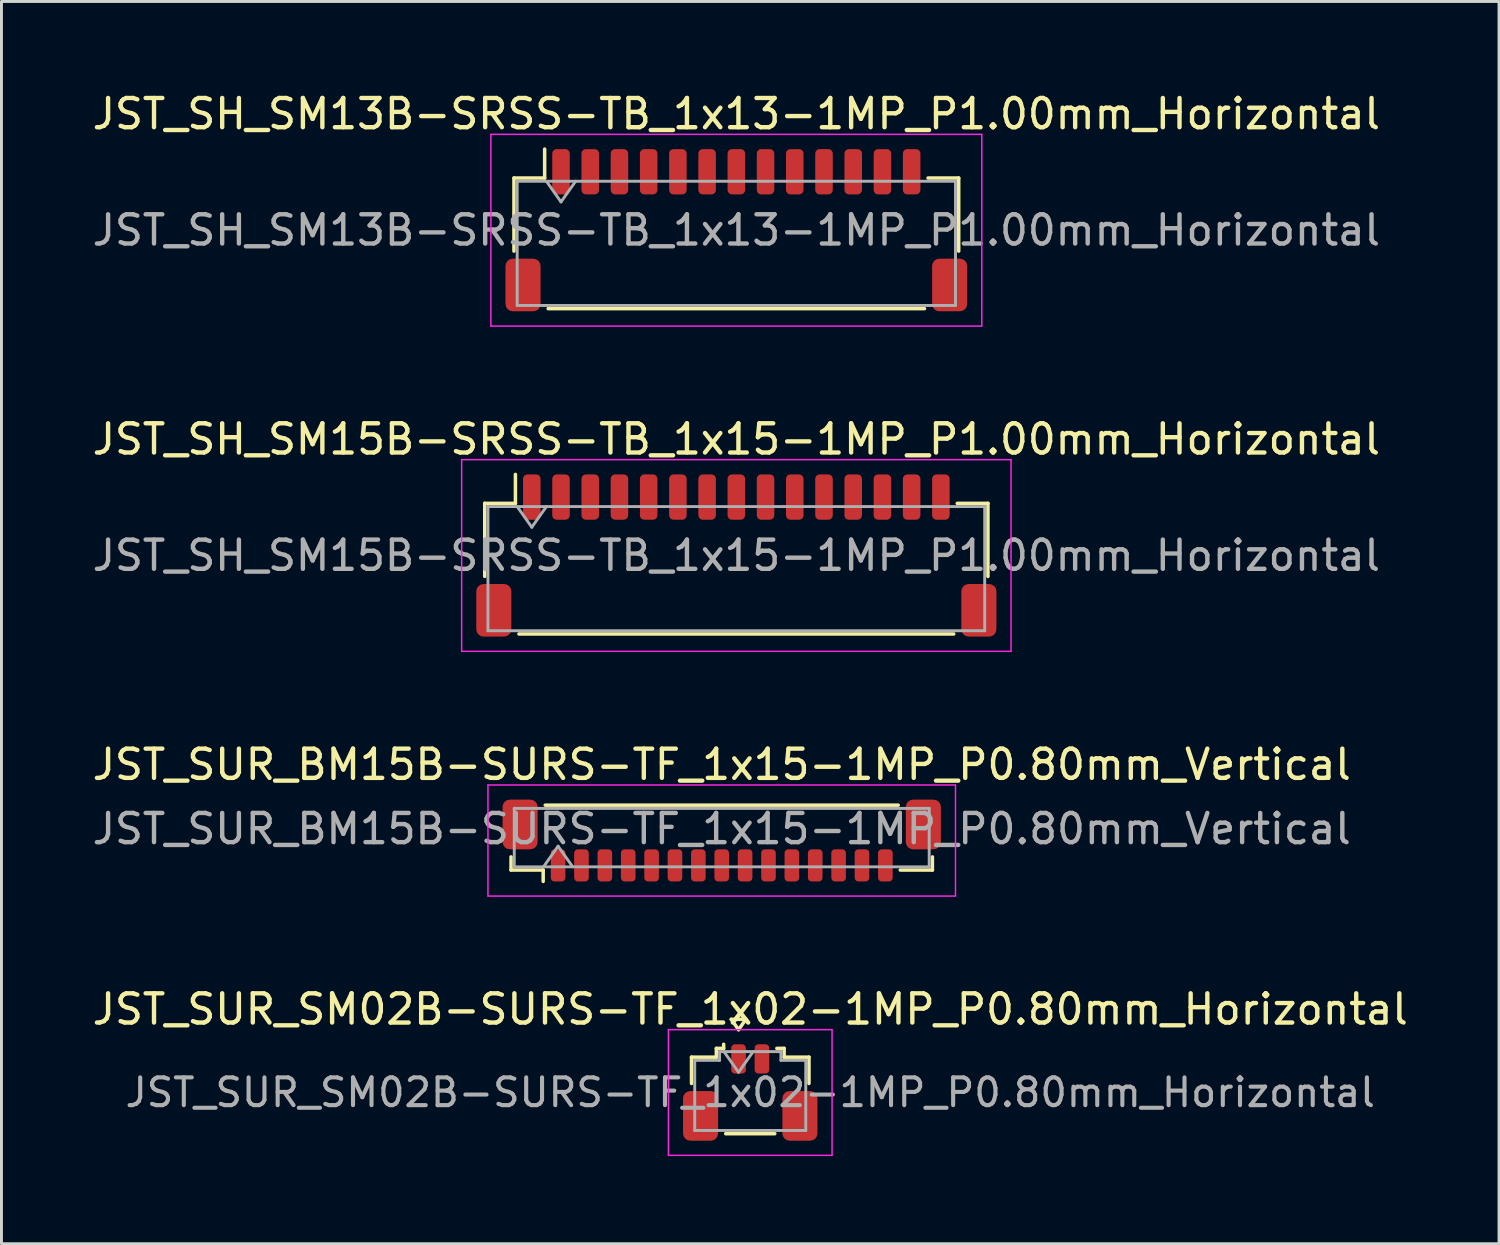
<source format=kicad_pcb>
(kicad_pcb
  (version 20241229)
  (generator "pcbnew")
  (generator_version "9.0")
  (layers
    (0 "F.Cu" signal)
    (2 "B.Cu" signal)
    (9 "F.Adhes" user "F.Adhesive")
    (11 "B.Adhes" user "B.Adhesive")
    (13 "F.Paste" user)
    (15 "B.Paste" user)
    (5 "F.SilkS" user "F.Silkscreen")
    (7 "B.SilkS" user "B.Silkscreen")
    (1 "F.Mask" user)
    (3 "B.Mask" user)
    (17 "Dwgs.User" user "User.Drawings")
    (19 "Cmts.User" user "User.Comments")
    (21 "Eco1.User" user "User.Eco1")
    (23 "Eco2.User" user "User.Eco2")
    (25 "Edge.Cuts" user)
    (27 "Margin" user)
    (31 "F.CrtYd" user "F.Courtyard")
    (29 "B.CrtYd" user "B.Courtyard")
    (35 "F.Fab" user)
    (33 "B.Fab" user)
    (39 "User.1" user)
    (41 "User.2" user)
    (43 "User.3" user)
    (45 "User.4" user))
  (footprint "JST_SH_SM13B-SRSS-TB_1x13-1MP_P1.00mm_Horizontal"
    (layer "F.Cu")
    (at 22.149 4.828)
    (property "Reference" "JST_SH_SM13B-SRSS-TB_1x13-1MP_P1.00mm_Horizontal" (at 0 -3.98 0) (layer "F.SilkS") (effects (font (size 1 1) (thickness 0.15))))
    (attr smd)
    (fp_line (start -7.61 -1.785) (end -6.56 -1.785) (stroke (width 0.12) (type solid)) (layer "F.SilkS"))
    (fp_line (start -7.61 0.715) (end -7.61 -1.785) (stroke (width 0.12) (type solid)) (layer "F.SilkS"))
    (fp_line (start -6.56 -1.785) (end -6.56 -2.775) (stroke (width 0.12) (type solid)) (layer "F.SilkS"))
    (fp_line (start -6.44 2.685) (end 6.44 2.685) (stroke (width 0.12) (type solid)) (layer "F.SilkS"))
    (fp_line (start 7.61 -1.785) (end 6.56 -1.785) (stroke (width 0.12) (type solid)) (layer "F.SilkS"))
    (fp_line (start 7.61 0.715) (end 7.61 -1.785) (stroke (width 0.12) (type solid)) (layer "F.SilkS"))
    (fp_line (start -8.4 -3.28) (end -8.4 3.28) (stroke (width 0.05) (type solid)) (layer "F.CrtYd"))
    (fp_line (start -8.4 3.28) (end 8.4 3.28) (stroke (width 0.05) (type solid)) (layer "F.CrtYd"))
    (fp_line (start 8.4 -3.28) (end -8.4 -3.28) (stroke (width 0.05) (type solid)) (layer "F.CrtYd"))
    (fp_line (start 8.4 3.28) (end 8.4 -3.28) (stroke (width 0.05) (type solid)) (layer "F.CrtYd"))
    (fp_line (start -7.5 -1.675) (end -7.5 2.575) (stroke (width 0.1) (type solid)) (layer "F.Fab"))
    (fp_line (start -7.5 -1.675) (end 7.5 -1.675) (stroke (width 0.1) (type solid)) (layer "F.Fab"))
    (fp_line (start -7.5 2.575) (end 7.5 2.575) (stroke (width 0.1) (type solid)) (layer "F.Fab"))
    (fp_line (start -6.5 -1.675) (end -6 -0.968) (stroke (width 0.1) (type solid)) (layer "F.Fab"))
    (fp_line (start -6 -0.968) (end -5.5 -1.675) (stroke (width 0.1) (type solid)) (layer "F.Fab"))
    (fp_line (start 7.5 -1.675) (end 7.5 2.575) (stroke (width 0.1) (type solid)) (layer "F.Fab"))
    (fp_text user "${REFERENCE}" (at 0 0 0) (layer "F.Fab") (effects (font (size 1 1) (thickness 0.15))))
    (pad "1" smd roundrect (at -6 -2) (size 0.6 1.55) (layers "F.Cu" "F.Mask" "F.Paste") (roundrect_rratio 0.25))
    (pad "2" smd roundrect (at -5 -2) (size 0.6 1.55) (layers "F.Cu" "F.Mask" "F.Paste") (roundrect_rratio 0.25))
    (pad "3" smd roundrect (at -4 -2) (size 0.6 1.55) (layers "F.Cu" "F.Mask" "F.Paste") (roundrect_rratio 0.25))
    (pad "4" smd roundrect (at -3 -2) (size 0.6 1.55) (layers "F.Cu" "F.Mask" "F.Paste") (roundrect_rratio 0.25))
    (pad "5" smd roundrect (at -2 -2) (size 0.6 1.55) (layers "F.Cu" "F.Mask" "F.Paste") (roundrect_rratio 0.25))
    (pad "6" smd roundrect (at -1 -2) (size 0.6 1.55) (layers "F.Cu" "F.Mask" "F.Paste") (roundrect_rratio 0.25))
    (pad "7" smd roundrect (at 0 -2) (size 0.6 1.55) (layers "F.Cu" "F.Mask" "F.Paste") (roundrect_rratio 0.25))
    (pad "8" smd roundrect (at 1 -2) (size 0.6 1.55) (layers "F.Cu" "F.Mask" "F.Paste") (roundrect_rratio 0.25))
    (pad "9" smd roundrect (at 2 -2) (size 0.6 1.55) (layers "F.Cu" "F.Mask" "F.Paste") (roundrect_rratio 0.25))
    (pad "10" smd roundrect (at 3 -2) (size 0.6 1.55) (layers "F.Cu" "F.Mask" "F.Paste") (roundrect_rratio 0.25))
    (pad "11" smd roundrect (at 4 -2) (size 0.6 1.55) (layers "F.Cu" "F.Mask" "F.Paste") (roundrect_rratio 0.25))
    (pad "12" smd roundrect (at 5 -2) (size 0.6 1.55) (layers "F.Cu" "F.Mask" "F.Paste") (roundrect_rratio 0.25))
    (pad "13" smd roundrect (at 6 -2) (size 0.6 1.55) (layers "F.Cu" "F.Mask" "F.Paste") (roundrect_rratio 0.25))
    (pad "MP" smd roundrect (at -7.3 1.875) (size 1.2 1.8) (layers "F.Cu" "F.Mask" "F.Paste") (roundrect_rratio 0.208))
    (pad "MP" smd roundrect (at 7.3 1.875) (size 1.2 1.8) (layers "F.Cu" "F.Mask" "F.Paste") (roundrect_rratio 0.208)))
  (footprint "JST_SUR_SM02B-SURS-TF_1x02-1MP_P0.80mm_Horizontal"
    (layer "F.Cu")
    (at 22.625 34.338)
    (property "Reference" "JST_SUR_SM02B-SURS-TF_1x02-1MP_P0.80mm_Horizontal" (at 0 -2.85 0) (layer "F.SilkS") (effects (font (size 1 1) (thickness 0.15))))
    (attr smd)
    (fp_line (start -2.01 -1.21) (end -1.16 -1.21) (stroke (width 0.12) (type solid)) (layer "F.SilkS"))
    (fp_line (start -2.01 -0.31) (end -2.01 -1.21) (stroke (width 0.12) (type solid)) (layer "F.SilkS"))
    (fp_line (start -1.16 -1.51) (end -0.91 -1.51) (stroke (width 0.12) (type solid)) (layer "F.SilkS"))
    (fp_line (start -1.16 -1.21) (end -1.16 -1.51) (stroke (width 0.12) (type solid)) (layer "F.SilkS"))
    (fp_line (start -0.91 -1.51) (end -0.91 -1.65) (stroke (width 0.12) (type solid)) (layer "F.SilkS"))
    (fp_line (start -0.84 1.41) (end 0.84 1.41) (stroke (width 0.12) (type solid)) (layer "F.SilkS"))
    (fp_line (start -0.65 -2.504) (end -0.4 -2.15) (stroke (width 0.12) (type solid)) (layer "F.SilkS"))
    (fp_line (start -0.4 -2.15) (end -0.15 -2.504) (stroke (width 0.12) (type solid)) (layer "F.SilkS"))
    (fp_line (start -0.15 -2.504) (end -0.65 -2.504) (stroke (width 0.12) (type solid)) (layer "F.SilkS"))
    (fp_line (start 1.16 -1.51) (end 0.91 -1.51) (stroke (width 0.12) (type solid)) (layer "F.SilkS"))
    (fp_line (start 1.16 -1.21) (end 1.16 -1.51) (stroke (width 0.12) (type solid)) (layer "F.SilkS"))
    (fp_line (start 2.01 -1.21) (end 1.16 -1.21) (stroke (width 0.12) (type solid)) (layer "F.SilkS"))
    (fp_line (start 2.01 -0.31) (end 2.01 -1.21) (stroke (width 0.12) (type solid)) (layer "F.SilkS"))
    (fp_line (start -2.8 -2.15) (end -2.8 2.15) (stroke (width 0.05) (type solid)) (layer "F.CrtYd"))
    (fp_line (start -2.8 2.15) (end 2.8 2.15) (stroke (width 0.05) (type solid)) (layer "F.CrtYd"))
    (fp_line (start 2.8 -2.15) (end -2.8 -2.15) (stroke (width 0.05) (type solid)) (layer "F.CrtYd"))
    (fp_line (start 2.8 2.15) (end 2.8 -2.15) (stroke (width 0.05) (type solid)) (layer "F.CrtYd"))
    (fp_line (start -1.9 -1.1) (end -1.9 1.3) (stroke (width 0.1) (type solid)) (layer "F.Fab"))
    (fp_line (start -1.9 -1.1) (end -1.05 -1.1) (stroke (width 0.1) (type solid)) (layer "F.Fab"))
    (fp_line (start -1.9 1.3) (end 1.9 1.3) (stroke (width 0.1) (type solid)) (layer "F.Fab"))
    (fp_line (start -1.05 -1.4) (end 1.05 -1.4) (stroke (width 0.1) (type solid)) (layer "F.Fab"))
    (fp_line (start -1.05 -1.1) (end -1.05 -1.4) (stroke (width 0.1) (type solid)) (layer "F.Fab"))
    (fp_line (start -0.9 -1.4) (end -0.4 -0.693) (stroke (width 0.1) (type solid)) (layer "F.Fab"))
    (fp_line (start -0.4 -0.693) (end 0.1 -1.4) (stroke (width 0.1) (type solid)) (layer "F.Fab"))
    (fp_line (start 1.05 -1.4) (end 1.05 -1.1) (stroke (width 0.1) (type solid)) (layer "F.Fab"))
    (fp_line (start 1.05 -1.1) (end 1.9 -1.1) (stroke (width 0.1) (type solid)) (layer "F.Fab"))
    (fp_line (start 1.9 -1.1) (end 1.9 1.3) (stroke (width 0.1) (type solid)) (layer "F.Fab"))
    (fp_text user "${REFERENCE}" (at 0 0 0) (layer "F.Fab") (effects (font (size 0.95 0.95) (thickness 0.14))))
    (pad "1" smd roundrect (at -0.4 -1.15) (size 0.5 1) (layers "F.Cu" "F.Mask" "F.Paste") (roundrect_rratio 0.25))
    (pad "2" smd roundrect (at 0.4 -1.15) (size 0.5 1) (layers "F.Cu" "F.Mask" "F.Paste") (roundrect_rratio 0.25))
    (pad "MP" smd roundrect (at -1.7 0.8) (size 1.2 1.7) (layers "F.Cu" "F.Mask" "F.Paste") (roundrect_rratio 0.208))
    (pad "MP" smd roundrect (at 1.7 0.8) (size 1.2 1.7) (layers "F.Cu" "F.Mask" "F.Paste") (roundrect_rratio 0.208)))
  (footprint "JST_SH_SM15B-SRSS-TB_1x15-1MP_P1.00mm_Horizontal"
    (layer "F.Cu")
    (at 22.149 15.961)
    (property "Reference" "JST_SH_SM15B-SRSS-TB_1x15-1MP_P1.00mm_Horizontal" (at 0 -3.98 0) (layer "F.SilkS") (effects (font (size 1 1) (thickness 0.15))))
    (attr smd)
    (fp_line (start -8.61 -1.785) (end -7.56 -1.785) (stroke (width 0.12) (type solid)) (layer "F.SilkS"))
    (fp_line (start -8.61 0.715) (end -8.61 -1.785) (stroke (width 0.12) (type solid)) (layer "F.SilkS"))
    (fp_line (start -7.56 -1.785) (end -7.56 -2.775) (stroke (width 0.12) (type solid)) (layer "F.SilkS"))
    (fp_line (start -7.44 2.685) (end 7.44 2.685) (stroke (width 0.12) (type solid)) (layer "F.SilkS"))
    (fp_line (start 8.61 -1.785) (end 7.56 -1.785) (stroke (width 0.12) (type solid)) (layer "F.SilkS"))
    (fp_line (start 8.61 0.715) (end 8.61 -1.785) (stroke (width 0.12) (type solid)) (layer "F.SilkS"))
    (fp_line (start -9.4 -3.28) (end -9.4 3.28) (stroke (width 0.05) (type solid)) (layer "F.CrtYd"))
    (fp_line (start -9.4 3.28) (end 9.4 3.28) (stroke (width 0.05) (type solid)) (layer "F.CrtYd"))
    (fp_line (start 9.4 -3.28) (end -9.4 -3.28) (stroke (width 0.05) (type solid)) (layer "F.CrtYd"))
    (fp_line (start 9.4 3.28) (end 9.4 -3.28) (stroke (width 0.05) (type solid)) (layer "F.CrtYd"))
    (fp_line (start -8.5 -1.675) (end -8.5 2.575) (stroke (width 0.1) (type solid)) (layer "F.Fab"))
    (fp_line (start -8.5 -1.675) (end 8.5 -1.675) (stroke (width 0.1) (type solid)) (layer "F.Fab"))
    (fp_line (start -8.5 2.575) (end 8.5 2.575) (stroke (width 0.1) (type solid)) (layer "F.Fab"))
    (fp_line (start -7.5 -1.675) (end -7 -0.968) (stroke (width 0.1) (type solid)) (layer "F.Fab"))
    (fp_line (start -7 -0.968) (end -6.5 -1.675) (stroke (width 0.1) (type solid)) (layer "F.Fab"))
    (fp_line (start 8.5 -1.675) (end 8.5 2.575) (stroke (width 0.1) (type solid)) (layer "F.Fab"))
    (fp_text user "${REFERENCE}" (at 0 0 0) (layer "F.Fab") (effects (font (size 1 1) (thickness 0.15))))
    (pad "1" smd roundrect (at -7 -2) (size 0.6 1.55) (layers "F.Cu" "F.Mask" "F.Paste") (roundrect_rratio 0.25))
    (pad "2" smd roundrect (at -6 -2) (size 0.6 1.55) (layers "F.Cu" "F.Mask" "F.Paste") (roundrect_rratio 0.25))
    (pad "3" smd roundrect (at -5 -2) (size 0.6 1.55) (layers "F.Cu" "F.Mask" "F.Paste") (roundrect_rratio 0.25))
    (pad "4" smd roundrect (at -4 -2) (size 0.6 1.55) (layers "F.Cu" "F.Mask" "F.Paste") (roundrect_rratio 0.25))
    (pad "5" smd roundrect (at -3 -2) (size 0.6 1.55) (layers "F.Cu" "F.Mask" "F.Paste") (roundrect_rratio 0.25))
    (pad "6" smd roundrect (at -2 -2) (size 0.6 1.55) (layers "F.Cu" "F.Mask" "F.Paste") (roundrect_rratio 0.25))
    (pad "7" smd roundrect (at -1 -2) (size 0.6 1.55) (layers "F.Cu" "F.Mask" "F.Paste") (roundrect_rratio 0.25))
    (pad "8" smd roundrect (at 0 -2) (size 0.6 1.55) (layers "F.Cu" "F.Mask" "F.Paste") (roundrect_rratio 0.25))
    (pad "9" smd roundrect (at 1 -2) (size 0.6 1.55) (layers "F.Cu" "F.Mask" "F.Paste") (roundrect_rratio 0.25))
    (pad "10" smd roundrect (at 2 -2) (size 0.6 1.55) (layers "F.Cu" "F.Mask" "F.Paste") (roundrect_rratio 0.25))
    (pad "11" smd roundrect (at 3 -2) (size 0.6 1.55) (layers "F.Cu" "F.Mask" "F.Paste") (roundrect_rratio 0.25))
    (pad "12" smd roundrect (at 4 -2) (size 0.6 1.55) (layers "F.Cu" "F.Mask" "F.Paste") (roundrect_rratio 0.25))
    (pad "13" smd roundrect (at 5 -2) (size 0.6 1.55) (layers "F.Cu" "F.Mask" "F.Paste") (roundrect_rratio 0.25))
    (pad "14" smd roundrect (at 6 -2) (size 0.6 1.55) (layers "F.Cu" "F.Mask" "F.Paste") (roundrect_rratio 0.25))
    (pad "15" smd roundrect (at 7 -2) (size 0.6 1.55) (layers "F.Cu" "F.Mask" "F.Paste") (roundrect_rratio 0.25))
    (pad "MP" smd roundrect (at -8.3 1.875) (size 1.2 1.8) (layers "F.Cu" "F.Mask" "F.Paste") (roundrect_rratio 0.208))
    (pad "MP" smd roundrect (at 8.3 1.875) (size 1.2 1.8) (layers "F.Cu" "F.Mask" "F.Paste") (roundrect_rratio 0.208)))
  (footprint "JST_SUR_BM15B-SURS-TF_1x15-1MP_P0.80mm_Vertical"
    (layer "F.Cu")
    (at 21.649 25.715)
    (property "Reference" "JST_SUR_BM15B-SURS-TF_1x15-1MP_P0.80mm_Vertical" (at 0 -2.6 0) (layer "F.SilkS") (effects (font (size 1 1) (thickness 0.15))))
    (attr smd)
    (fp_line (start -7.21 0.56) (end -7.21 1.01) (stroke (width 0.12) (type solid)) (layer "F.SilkS"))
    (fp_line (start -7.21 1.01) (end -6.11 1.01) (stroke (width 0.12) (type solid)) (layer "F.SilkS"))
    (fp_line (start -6.11 1.01) (end -6.11 1.4) (stroke (width 0.12) (type solid)) (layer "F.SilkS"))
    (fp_line (start -6.04 -1.21) (end 6.04 -1.21) (stroke (width 0.12) (type solid)) (layer "F.SilkS"))
    (fp_line (start 7.21 0.56) (end 7.21 1.01) (stroke (width 0.12) (type solid)) (layer "F.SilkS"))
    (fp_line (start 7.21 1.01) (end 6.11 1.01) (stroke (width 0.12) (type solid)) (layer "F.SilkS"))
    (fp_line (start -8 -1.9) (end -8 1.9) (stroke (width 0.05) (type solid)) (layer "F.CrtYd"))
    (fp_line (start -8 1.9) (end 8 1.9) (stroke (width 0.05) (type solid)) (layer "F.CrtYd"))
    (fp_line (start 8 -1.9) (end -8 -1.9) (stroke (width 0.05) (type solid)) (layer "F.CrtYd"))
    (fp_line (start 8 1.9) (end 8 -1.9) (stroke (width 0.05) (type solid)) (layer "F.CrtYd"))
    (fp_line (start -7.1 -1.1) (end 7.1 -1.1) (stroke (width 0.1) (type solid)) (layer "F.Fab"))
    (fp_line (start -7.1 0.9) (end -7.1 -1.1) (stroke (width 0.1) (type solid)) (layer "F.Fab"))
    (fp_line (start -7.1 0.9) (end 7.1 0.9) (stroke (width 0.1) (type solid)) (layer "F.Fab"))
    (fp_line (start -6.1 0.9) (end -5.6 0.193) (stroke (width 0.1) (type solid)) (layer "F.Fab"))
    (fp_line (start -5.6 0.193) (end -5.1 0.9) (stroke (width 0.1) (type solid)) (layer "F.Fab"))
    (fp_line (start 7.1 0.9) (end 7.1 -1.1) (stroke (width 0.1) (type solid)) (layer "F.Fab"))
    (fp_text user "${REFERENCE}" (at 0 -0.4 0) (layer "F.Fab") (effects (font (size 1 1) (thickness 0.15))))
    (pad "1" smd roundrect (at -5.6 0.85) (size 0.5 1.1) (layers "F.Cu" "F.Mask" "F.Paste") (roundrect_rratio 0.25))
    (pad "2" smd roundrect (at -4.8 0.85) (size 0.5 1.1) (layers "F.Cu" "F.Mask" "F.Paste") (roundrect_rratio 0.25))
    (pad "3" smd roundrect (at -4 0.85) (size 0.5 1.1) (layers "F.Cu" "F.Mask" "F.Paste") (roundrect_rratio 0.25))
    (pad "4" smd roundrect (at -3.2 0.85) (size 0.5 1.1) (layers "F.Cu" "F.Mask" "F.Paste") (roundrect_rratio 0.25))
    (pad "5" smd roundrect (at -2.4 0.85) (size 0.5 1.1) (layers "F.Cu" "F.Mask" "F.Paste") (roundrect_rratio 0.25))
    (pad "6" smd roundrect (at -1.6 0.85) (size 0.5 1.1) (layers "F.Cu" "F.Mask" "F.Paste") (roundrect_rratio 0.25))
    (pad "7" smd roundrect (at -0.8 0.85) (size 0.5 1.1) (layers "F.Cu" "F.Mask" "F.Paste") (roundrect_rratio 0.25))
    (pad "8" smd roundrect (at 0 0.85) (size 0.5 1.1) (layers "F.Cu" "F.Mask" "F.Paste") (roundrect_rratio 0.25))
    (pad "9" smd roundrect (at 0.8 0.85) (size 0.5 1.1) (layers "F.Cu" "F.Mask" "F.Paste") (roundrect_rratio 0.25))
    (pad "10" smd roundrect (at 1.6 0.85) (size 0.5 1.1) (layers "F.Cu" "F.Mask" "F.Paste") (roundrect_rratio 0.25))
    (pad "11" smd roundrect (at 2.4 0.85) (size 0.5 1.1) (layers "F.Cu" "F.Mask" "F.Paste") (roundrect_rratio 0.25))
    (pad "12" smd roundrect (at 3.2 0.85) (size 0.5 1.1) (layers "F.Cu" "F.Mask" "F.Paste") (roundrect_rratio 0.25))
    (pad "13" smd roundrect (at 4 0.85) (size 0.5 1.1) (layers "F.Cu" "F.Mask" "F.Paste") (roundrect_rratio 0.25))
    (pad "14" smd roundrect (at 4.8 0.85) (size 0.5 1.1) (layers "F.Cu" "F.Mask" "F.Paste") (roundrect_rratio 0.25))
    (pad "15" smd roundrect (at 5.6 0.85) (size 0.5 1.1) (layers "F.Cu" "F.Mask" "F.Paste") (roundrect_rratio 0.25))
    (pad "MP" smd roundrect (at -6.9 -0.55) (size 1.2 1.7) (layers "F.Cu" "F.Mask" "F.Paste") (roundrect_rratio 0.208))
    (pad "MP" smd roundrect (at 6.9 -0.55) (size 1.2 1.7) (layers "F.Cu" "F.Mask" "F.Paste") (roundrect_rratio 0.208)))
  (gr_rect
    (start -3 -3)
    (end 48.25 39.513)
    (stroke (width 0.1) (type default))
    (fill no)
    (layer "Edge.Cuts")))
</source>
